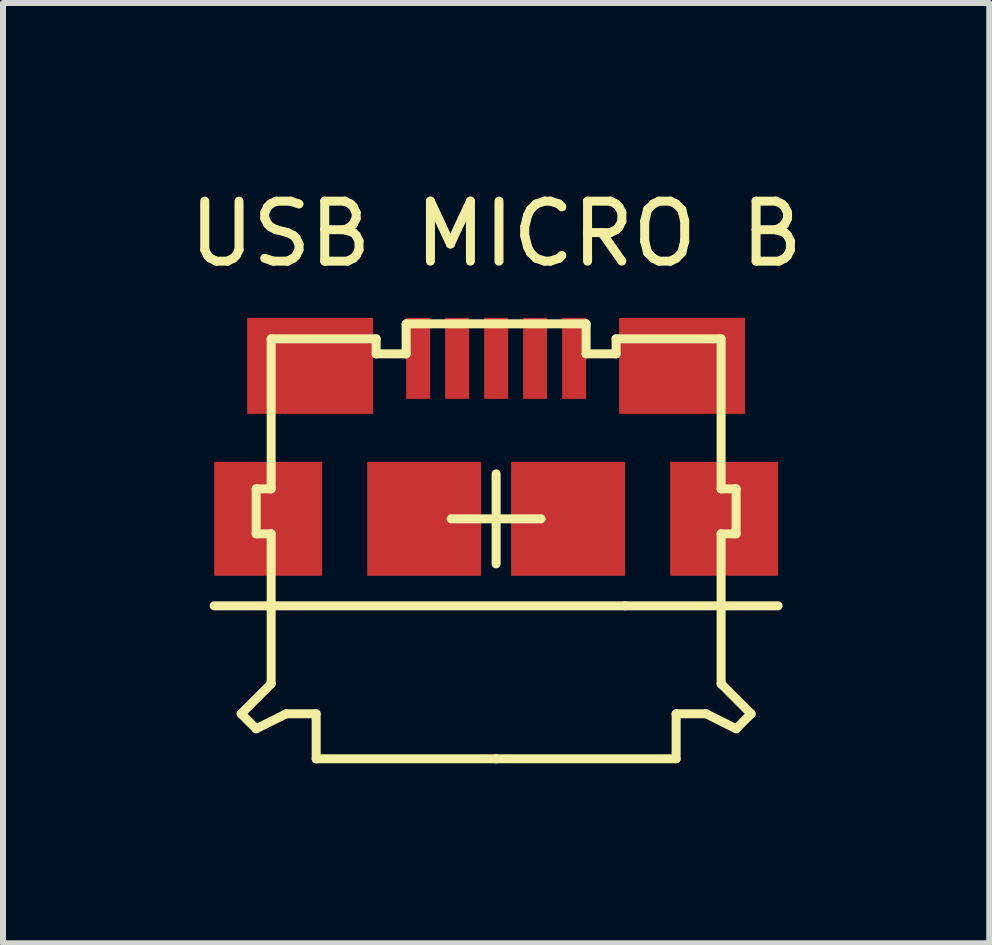
<source format=kicad_pcb>
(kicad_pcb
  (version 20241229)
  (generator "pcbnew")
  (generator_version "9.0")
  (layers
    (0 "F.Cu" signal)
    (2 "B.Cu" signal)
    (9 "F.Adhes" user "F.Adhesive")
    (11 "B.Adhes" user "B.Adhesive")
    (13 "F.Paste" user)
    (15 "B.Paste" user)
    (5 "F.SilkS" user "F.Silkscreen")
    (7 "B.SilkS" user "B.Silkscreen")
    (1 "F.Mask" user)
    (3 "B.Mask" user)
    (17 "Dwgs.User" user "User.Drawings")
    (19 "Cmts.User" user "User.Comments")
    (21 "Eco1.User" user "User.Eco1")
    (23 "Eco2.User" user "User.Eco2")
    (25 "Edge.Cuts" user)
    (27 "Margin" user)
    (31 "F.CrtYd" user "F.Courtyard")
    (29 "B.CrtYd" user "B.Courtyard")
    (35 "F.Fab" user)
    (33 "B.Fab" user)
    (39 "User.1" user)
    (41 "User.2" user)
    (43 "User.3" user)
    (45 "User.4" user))
  (footprint "USB MICRO B"
    (layer "F.Cu")
    (at 5.22 5.598)
    (property "Reference" "USB MICRO B" (at 0 -4.75 0) (layer "F.SilkS") (effects (font (size 1 1) (thickness 0.15))))
    (attr through_hole)
    (fp_line (start -4.7 1.45) (end 2.15 1.45) (stroke (width 0.15) (type solid)) (layer "F.SilkS"))
    (fp_line (start -4.25 3.25) (end -4 3.5) (stroke (width 0.15) (type solid)) (layer "F.SilkS"))
    (fp_line (start -4 -0.5) (end -4 0.25) (stroke (width 0.15) (type solid)) (layer "F.SilkS"))
    (fp_line (start -4 0.25) (end -3.75 0.25) (stroke (width 0.15) (type solid)) (layer "F.SilkS"))
    (fp_line (start -4 3.5) (end -3.5 3.25) (stroke (width 0.15) (type solid)) (layer "F.SilkS"))
    (fp_line (start -3.75 -3) (end -3.75 -0.5) (stroke (width 0.15) (type solid)) (layer "F.SilkS"))
    (fp_line (start -3.75 -3) (end -2 -3) (stroke (width 0.15) (type solid)) (layer "F.SilkS"))
    (fp_line (start -3.75 -0.5) (end -4 -0.5) (stroke (width 0.15) (type solid)) (layer "F.SilkS"))
    (fp_line (start -3.75 0.25) (end -3.75 2.75) (stroke (width 0.15) (type solid)) (layer "F.SilkS"))
    (fp_line (start -3.75 2.75) (end -4.25 3.25) (stroke (width 0.15) (type solid)) (layer "F.SilkS"))
    (fp_line (start -3.5 3.25) (end -3 3.25) (stroke (width 0.15) (type solid)) (layer "F.SilkS"))
    (fp_line (start -3 3.25) (end -3 4) (stroke (width 0.15) (type solid)) (layer "F.SilkS"))
    (fp_line (start -3 4) (end 0 4) (stroke (width 0.15) (type solid)) (layer "F.SilkS"))
    (fp_line (start -2 -3) (end -2 -2.75) (stroke (width 0.15) (type solid)) (layer "F.SilkS"))
    (fp_line (start -2 -2.75) (end -1.5 -2.75) (stroke (width 0.15) (type solid)) (layer "F.SilkS"))
    (fp_line (start -1.5 -3.25) (end 1.5 -3.25) (stroke (width 0.15) (type solid)) (layer "F.SilkS"))
    (fp_line (start -1.5 -2.75) (end -1.5 -3.25) (stroke (width 0.15) (type solid)) (layer "F.SilkS"))
    (fp_line (start -0.75 0) (end 0.75 0) (stroke (width 0.15) (type solid)) (layer "F.SilkS"))
    (fp_line (start 0 -0.75) (end 0 0.75) (stroke (width 0.15) (type solid)) (layer "F.SilkS"))
    (fp_line (start 1.5 -3.25) (end 1.5 -2.75) (stroke (width 0.15) (type solid)) (layer "F.SilkS"))
    (fp_line (start 1.5 -2.75) (end 2 -2.75) (stroke (width 0.15) (type solid)) (layer "F.SilkS"))
    (fp_line (start 2 -3) (end 3.75 -3) (stroke (width 0.15) (type solid)) (layer "F.SilkS"))
    (fp_line (start 2 -2.75) (end 2 -3) (stroke (width 0.15) (type solid)) (layer "F.SilkS"))
    (fp_line (start 2.15 1.45) (end 4.7 1.45) (stroke (width 0.15) (type solid)) (layer "F.SilkS"))
    (fp_line (start 3 3.25) (end 3 4) (stroke (width 0.15) (type solid)) (layer "F.SilkS"))
    (fp_line (start 3 4) (end 0 4) (stroke (width 0.15) (type solid)) (layer "F.SilkS"))
    (fp_line (start 3.5 3.25) (end 3 3.25) (stroke (width 0.15) (type solid)) (layer "F.SilkS"))
    (fp_line (start 3.75 -3) (end 3.75 -0.5) (stroke (width 0.15) (type solid)) (layer "F.SilkS"))
    (fp_line (start 3.75 -0.5) (end 4 -0.5) (stroke (width 0.15) (type solid)) (layer "F.SilkS"))
    (fp_line (start 3.75 0.25) (end 3.75 2.75) (stroke (width 0.15) (type solid)) (layer "F.SilkS"))
    (fp_line (start 3.75 2.75) (end 4.25 3.25) (stroke (width 0.15) (type solid)) (layer "F.SilkS"))
    (fp_line (start 4 -0.5) (end 4 0.25) (stroke (width 0.15) (type solid)) (layer "F.SilkS"))
    (fp_line (start 4 0.25) (end 3.75 0.25) (stroke (width 0.15) (type solid)) (layer "F.SilkS"))
    (fp_line (start 4 3.5) (end 3.5 3.25) (stroke (width 0.15) (type solid)) (layer "F.SilkS"))
    (fp_line (start 4.25 3.25) (end 4 3.5) (stroke (width 0.15) (type solid)) (layer "F.SilkS"))
    (pad "1" smd rect (at -1.3 -2.675) (size 0.4 1.35) (layers "F.Cu" "F.Mask" "F.Paste"))
    (pad "2" smd rect (at -0.65 -2.675) (size 0.4 1.35) (layers "F.Cu" "F.Mask" "F.Paste"))
    (pad "3" smd rect (at 0 -2.675) (size 0.4 1.35) (layers "F.Cu" "F.Mask" "F.Paste"))
    (pad "4" smd rect (at 0.65 -2.675) (size 0.4 1.35) (layers "F.Cu" "F.Mask" "F.Paste"))
    (pad "5" smd rect (at 1.3 -2.675) (size 0.4 1.35) (layers "F.Cu" "F.Mask" "F.Paste"))
    (pad "S" smd rect (at -3.8 0) (size 1.8 1.9) (layers "F.Cu" "F.Mask" "F.Paste"))
    (pad "S" smd rect (at -3.1 -2.55) (size 2.1 1.6) (layers "F.Cu" "F.Mask" "F.Paste"))
    (pad "S" smd rect (at -1.2 0) (size 1.9 1.9) (layers "F.Cu" "F.Mask" "F.Paste"))
    (pad "S" smd rect (at 1.2 0) (size 1.9 1.9) (layers "F.Cu" "F.Mask" "F.Paste"))
    (pad "S" smd rect (at 3.1 -2.55) (size 2.1 1.6) (layers "F.Cu" "F.Mask" "F.Paste"))
    (pad "S" smd rect (at 3.8 0) (size 1.8 1.9) (layers "F.Cu" "F.Mask" "F.Paste")))
  (gr_rect
    (start -3 -3)
    (end 13.44 12.673)
    (stroke (width 0.1) (type default))
    (fill no)
    (layer "Edge.Cuts")))
</source>
